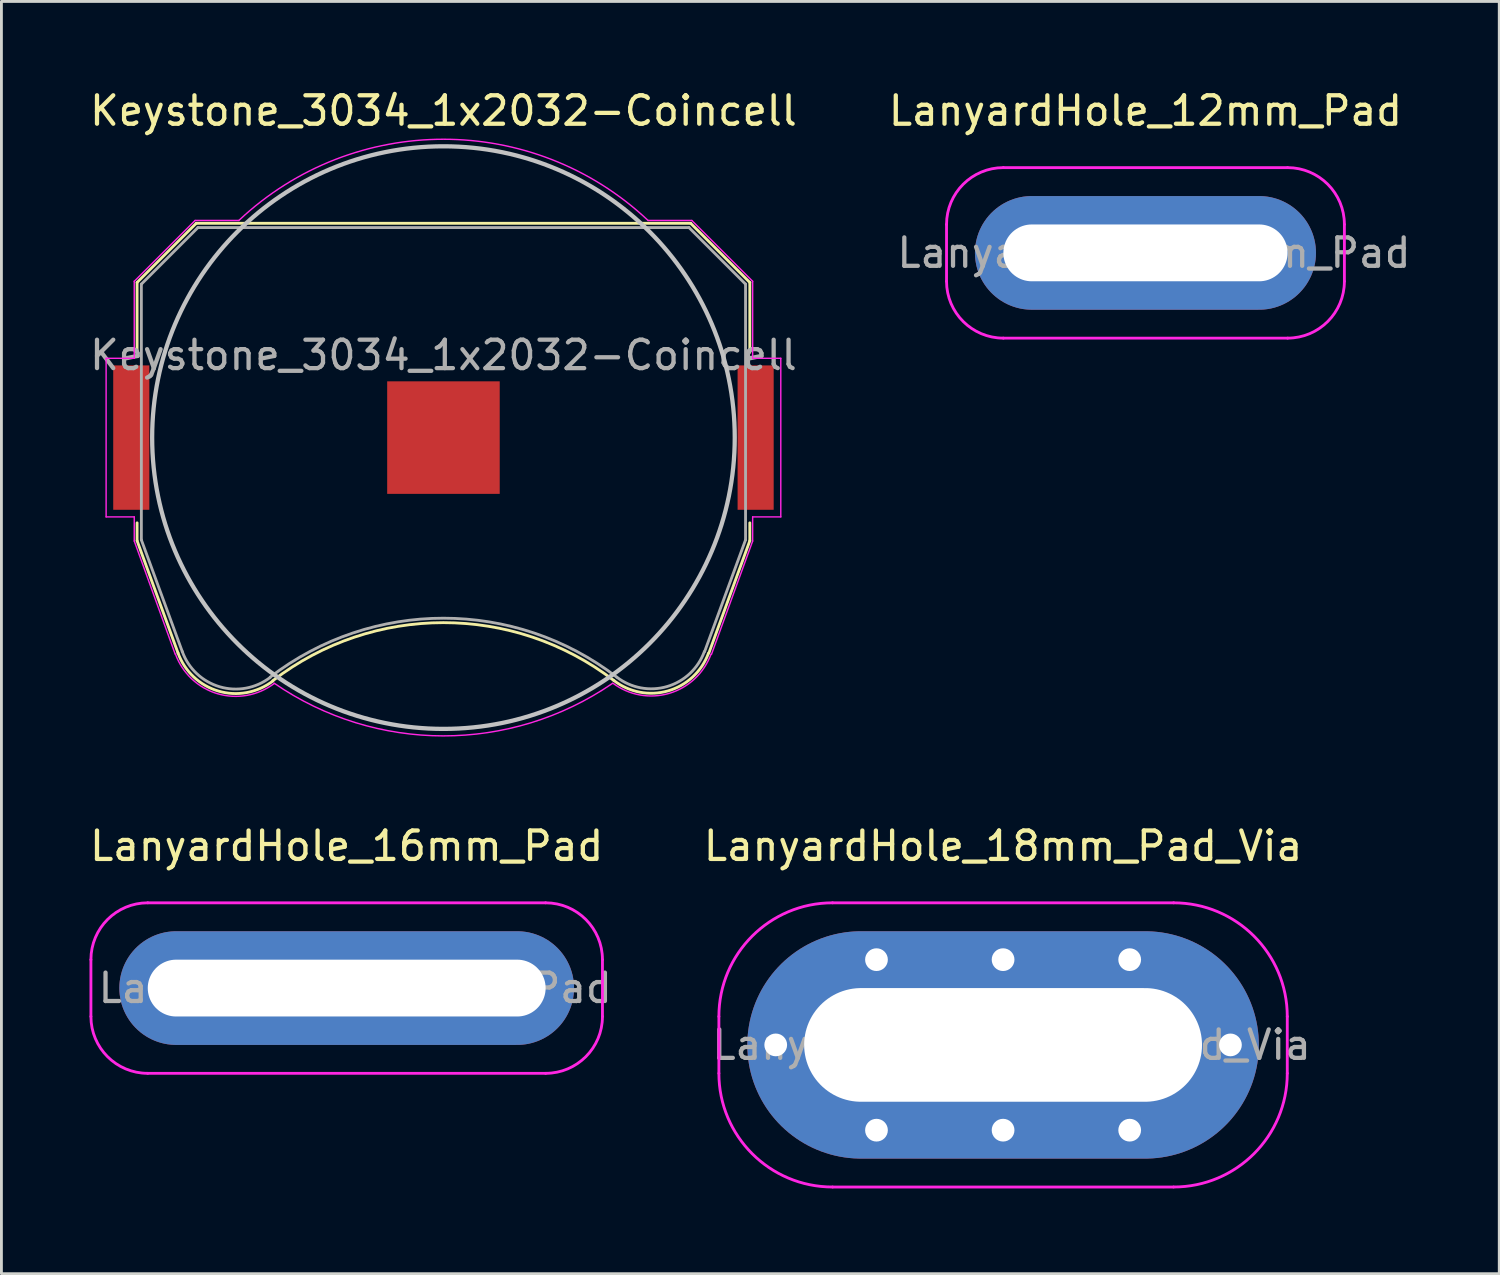
<source format=kicad_pcb>
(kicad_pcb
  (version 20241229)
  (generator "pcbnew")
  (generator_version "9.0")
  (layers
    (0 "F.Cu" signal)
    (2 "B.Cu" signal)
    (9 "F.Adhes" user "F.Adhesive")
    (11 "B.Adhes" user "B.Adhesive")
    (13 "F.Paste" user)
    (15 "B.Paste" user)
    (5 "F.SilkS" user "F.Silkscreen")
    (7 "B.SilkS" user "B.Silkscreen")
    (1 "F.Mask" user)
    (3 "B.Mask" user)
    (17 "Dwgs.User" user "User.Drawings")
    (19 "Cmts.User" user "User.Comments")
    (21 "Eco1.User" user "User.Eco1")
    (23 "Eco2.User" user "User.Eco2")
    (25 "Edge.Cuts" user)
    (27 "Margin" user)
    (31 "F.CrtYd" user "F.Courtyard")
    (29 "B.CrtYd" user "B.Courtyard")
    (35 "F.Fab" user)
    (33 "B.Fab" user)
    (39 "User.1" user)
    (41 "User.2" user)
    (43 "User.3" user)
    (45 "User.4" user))
  (footprint "LanyardHole_12mm_Pad"
    (layer "F.Cu")
    (at 37.256 5.848)
    (property "Reference" "LanyardHole_12mm_Pad" (at 0 -5 0) (layer "F.SilkS") (effects (font (size 1 1) (thickness 0.15))))
    (attr exclude_from_pos_files exclude_from_bom)
    (fp_line (start -7 -1) (end -7 1) (stroke (width 0.1) (type solid)) (layer "F.CrtYd"))
    (fp_line (start -5 3) (end 5 3) (stroke (width 0.1) (type solid)) (layer "F.CrtYd"))
    (fp_line (start 5 -3) (end -5 -3) (stroke (width 0.1) (type solid)) (layer "F.CrtYd"))
    (fp_line (start 7 1) (end 7 -1) (stroke (width 0.1) (type solid)) (layer "F.CrtYd"))
    (fp_arc (start -7 -1) (mid -6.414214 -2.414214) (end -5 -3) (stroke (width 0.1) (type solid)) (layer "F.CrtYd"))
    (fp_arc (start -5 3) (mid -6.414214 2.414214) (end -7 1) (stroke (width 0.1) (type solid)) (layer "F.CrtYd"))
    (fp_arc (start 5 -3) (mid 6.414214 -2.414214) (end 7 -1) (stroke (width 0.1) (type solid)) (layer "F.CrtYd"))
    (fp_arc (start 7 1) (mid 6.414214 2.414214) (end 5 3) (stroke (width 0.1) (type solid)) (layer "F.CrtYd"))
    (fp_text user "${REFERENCE}" (at 0.3 0 0) (layer "F.Fab") (effects (font (size 1 1) (thickness 0.15))))
    (pad "1" thru_hole oval (at 0 0) (size 12 4) (drill oval 10 2) (layers "*.Cu" "*.Mask")))
  (footprint "LanyardHole_18mm_Pad_Via"
    (layer "F.Cu")
    (at 32.246 33.718)
    (property "Reference" "LanyardHole_18mm_Pad_Via" (at 0 -7 0) (layer "F.SilkS") (effects (font (size 1 1) (thickness 0.15))))
    (attr exclude_from_pos_files exclude_from_bom)
    (fp_line (start -10 -1) (end -10 1) (stroke (width 0.1) (type solid)) (layer "F.CrtYd"))
    (fp_line (start -6 5) (end 6 5) (stroke (width 0.1) (type solid)) (layer "F.CrtYd"))
    (fp_line (start 6 -5) (end -6 -5) (stroke (width 0.1) (type solid)) (layer "F.CrtYd"))
    (fp_line (start 10 1) (end 10 -1) (stroke (width 0.1) (type solid)) (layer "F.CrtYd"))
    (fp_arc (start -10 -1) (mid -8.828427 -3.828427) (end -6 -5) (stroke (width 0.1) (type solid)) (layer "F.CrtYd"))
    (fp_arc (start -6 5) (mid -8.828427 3.828427) (end -10 1) (stroke (width 0.1) (type solid)) (layer "F.CrtYd"))
    (fp_arc (start 6 -5) (mid 8.828427 -3.828427) (end 10 -1) (stroke (width 0.1) (type solid)) (layer "F.CrtYd"))
    (fp_arc (start 10 1) (mid 8.828427 3.828427) (end 6 5) (stroke (width 0.1) (type solid)) (layer "F.CrtYd"))
    (fp_text user "${REFERENCE}" (at 0.3 0 0) (layer "F.Fab") (effects (font (size 1 1) (thickness 0.15))))
    (pad "1" thru_hole circle (at -8 0) (size 1.1 1.1) (drill 0.8) (layers "*.Cu" "*.Mask"))
    (pad "1" thru_hole circle (at -4.455 -3) (size 1.1 1.1) (drill 0.8) (layers "*.Cu" "*.Mask"))
    (pad "1" thru_hole circle (at -4.455 3) (size 1.1 1.1) (drill 0.8) (layers "*.Cu" "*.Mask"))
    (pad "1" thru_hole circle (at 0 -3) (size 1.1 1.1) (drill 0.8) (layers "*.Cu" "*.Mask"))
    (pad "1" thru_hole oval (at 0 0) (size 18 8) (drill oval 14 4) (layers "*.Cu" "*.Mask"))
    (pad "1" thru_hole circle (at 0 3) (size 1.1 1.1) (drill 0.8) (layers "*.Cu" "*.Mask"))
    (pad "1" thru_hole circle (at 4.455 -3) (size 1.1 1.1) (drill 0.8) (layers "*.Cu" "*.Mask"))
    (pad "1" thru_hole circle (at 4.455 3) (size 1.1 1.1) (drill 0.8) (layers "*.Cu" "*.Mask"))
    (pad "1" thru_hole circle (at 8 0) (size 1.1 1.1) (drill 0.8) (layers "*.Cu" "*.Mask")))
  (footprint "Keystone_3034_1x2032-Coincell"
    (layer "F.Cu")
    (at 12.554 12.348)
    (property "Reference" "Keystone_3034_1x2032-Coincell" (at 0 -11.5 0) (layer "F.SilkS") (effects (font (size 1 1) (thickness 0.15))))
    (attr smd)
    (fp_line (start -10.78 -5.46) (end -10.78 -3) (stroke (width 0.1) (type solid)) (layer "F.SilkS"))
    (fp_line (start -10.78 3) (end -10.78 3.63) (stroke (width 0.1) (type solid)) (layer "F.SilkS"))
    (fp_line (start -10.78 3.63) (end -9.34 7.58) (stroke (width 0.1) (type solid)) (layer "F.SilkS"))
    (fp_line (start -8.7 -7.54) (end -10.78 -5.46) (stroke (width 0.1) (type solid)) (layer "F.SilkS"))
    (fp_line (start 8.7 -7.54) (end -8.7 -7.54) (stroke (width 0.1) (type solid)) (layer "F.SilkS"))
    (fp_line (start 8.7 -7.54) (end 10.78 -5.46) (stroke (width 0.1) (type solid)) (layer "F.SilkS"))
    (fp_line (start 10.78 -5.46) (end 10.78 -3) (stroke (width 0.1) (type solid)) (layer "F.SilkS"))
    (fp_line (start 10.78 3) (end 10.78 3.63) (stroke (width 0.1) (type solid)) (layer "F.SilkS"))
    (fp_line (start 10.78 3.63) (end 9.34 7.58) (stroke (width 0.1) (type solid)) (layer "F.SilkS"))
    (fp_arc (start -6.0046 8.553536) (mid -0.002901 6.511341) (end 6 8.55) (stroke (width 0.1) (type solid)) (layer "F.SilkS"))
    (fp_arc (start -6.003354 8.56653) (mid -7.921654 8.918738) (end -9.34 7.58) (stroke (width 0.1) (type solid)) (layer "F.SilkS"))
    (fp_arc (start 9.325243 7.588169) (mid 7.90634 8.911668) (end 6 8.55) (stroke (width 0.1) (type solid)) (layer "F.SilkS"))
    (fp_circle (center 0 0) (end 0 10.25) (stroke (width 0.15) (type solid)) (fill no) (layer "Dwgs.User"))
    (fp_line (start -11.87 -2.79) (end -11.87 2.79) (stroke (width 0.05) (type solid)) (layer "F.CrtYd"))
    (fp_line (start -11.87 2.79) (end -10.88 2.79) (stroke (width 0.05) (type solid)) (layer "F.CrtYd"))
    (fp_line (start -10.88 -5.5) (end -10.88 -2.79) (stroke (width 0.05) (type solid)) (layer "F.CrtYd"))
    (fp_line (start -10.88 -2.79) (end -11.87 -2.79) (stroke (width 0.05) (type solid)) (layer "F.CrtYd"))
    (fp_line (start -10.88 2.79) (end -10.88 3.64) (stroke (width 0.05) (type solid)) (layer "F.CrtYd"))
    (fp_line (start -10.88 3.64) (end -9.44 7.62) (stroke (width 0.05) (type solid)) (layer "F.CrtYd"))
    (fp_line (start -8.74 -7.64) (end -10.88 -5.5) (stroke (width 0.05) (type solid)) (layer "F.CrtYd"))
    (fp_line (start -7.2 -7.64) (end -8.74 -7.64) (stroke (width 0.05) (type solid)) (layer "F.CrtYd"))
    (fp_line (start 8.74 -7.64) (end 7.2 -7.64) (stroke (width 0.05) (type solid)) (layer "F.CrtYd"))
    (fp_line (start 9.43 7.63) (end 10.88 3.64) (stroke (width 0.05) (type solid)) (layer "F.CrtYd"))
    (fp_line (start 10.88 -5.5) (end 8.74 -7.64) (stroke (width 0.05) (type solid)) (layer "F.CrtYd"))
    (fp_line (start 10.88 -2.79) (end 10.88 -5.5) (stroke (width 0.05) (type solid)) (layer "F.CrtYd"))
    (fp_line (start 10.88 2.79) (end 11.87 2.79) (stroke (width 0.05) (type solid)) (layer "F.CrtYd"))
    (fp_line (start 10.88 3.64) (end 10.88 2.79) (stroke (width 0.05) (type solid)) (layer "F.CrtYd"))
    (fp_line (start 11.87 -2.79) (end 10.88 -2.79) (stroke (width 0.05) (type solid)) (layer "F.CrtYd"))
    (fp_line (start 11.87 2.79) (end 11.87 -2.79) (stroke (width 0.05) (type solid)) (layer "F.CrtYd"))
    (fp_arc (start -7.199546 -7.640427) (mid 0.000312 -10.498075) (end 7.2 -7.64) (stroke (width 0.05) (type solid)) (layer "F.CrtYd"))
    (fp_arc (start -5.956965 8.654604) (mid -7.953941 9.011629) (end -9.43 7.62) (stroke (width 0.05) (type solid)) (layer "F.CrtYd"))
    (fp_arc (start 5.945368 8.650075) (mid -0.008883 10.496243) (end -5.96 8.64) (stroke (width 0.05) (type solid)) (layer "F.CrtYd"))
    (fp_arc (start 9.415144 7.621341) (mid 7.944017 9.000493) (end 5.96 8.64) (stroke (width 0.05) (type solid)) (layer "F.CrtYd"))
    (fp_line (start -10.63 -5.4) (end -8.64 -7.39) (stroke (width 0.1) (type solid)) (layer "F.Fab"))
    (fp_line (start -10.63 3.6) (end -10.63 -5.4) (stroke (width 0.1) (type solid)) (layer "F.Fab"))
    (fp_line (start -9.19 7.53) (end -10.63 3.6) (stroke (width 0.1) (type solid)) (layer "F.Fab"))
    (fp_line (start -8.64 -7.39) (end 8.64 -7.39) (stroke (width 0.1) (type solid)) (layer "F.Fab"))
    (fp_line (start 8.64 -7.39) (end 10.63 -5.4) (stroke (width 0.1) (type solid)) (layer "F.Fab"))
    (fp_line (start 10.63 -5.4) (end 10.63 3.6) (stroke (width 0.1) (type solid)) (layer "F.Fab"))
    (fp_line (start 10.63 3.6) (end 9.19 7.53) (stroke (width 0.1) (type solid)) (layer "F.Fab"))
    (fp_arc (start -6.096146 8.438508) (mid -7.87328 8.768206) (end -9.19 7.53) (stroke (width 0.1) (type solid)) (layer "F.Fab"))
    (fp_arc (start -6.094852 8.426043) (mid 0.003247 6.355257) (end 6.1 8.43) (stroke (width 0.1) (type solid)) (layer "F.Fab"))
    (fp_arc (start 9.180727 7.528882) (mid 7.868698 8.760067) (end 6.1 8.43) (stroke (width 0.1) (type solid)) (layer "F.Fab"))
    (fp_text user "${REFERENCE}" (at 0 -2.9 0) (layer "F.Fab") (effects (font (size 1 1) (thickness 0.15))))
    (pad "1" smd rect (at -10.985 0) (size 1.27 5.08) (layers "F.Cu" "F.Mask" "F.Paste"))
    (pad "1" smd rect (at 10.985 0) (size 1.27 5.08) (layers "F.Cu" "F.Mask" "F.Paste"))
    (pad "2" smd rect (at 0 0) (size 3.96 3.96) (layers "F.Cu" "F.Mask" "F.Paste")))
  (footprint "LanyardHole_16mm_Pad"
    (layer "F.Cu")
    (at 9.149 31.718)
    (property "Reference" "LanyardHole_16mm_Pad" (at 0 -5 0) (layer "F.SilkS") (effects (font (size 1 1) (thickness 0.15))))
    (attr exclude_from_pos_files exclude_from_bom)
    (fp_line (start -9 -1) (end -9 1) (stroke (width 0.1) (type solid)) (layer "F.CrtYd"))
    (fp_line (start -7 3) (end 7 3) (stroke (width 0.1) (type solid)) (layer "F.CrtYd"))
    (fp_line (start 7 -3) (end -7 -3) (stroke (width 0.1) (type solid)) (layer "F.CrtYd"))
    (fp_line (start 9 1) (end 9 -1) (stroke (width 0.1) (type solid)) (layer "F.CrtYd"))
    (fp_arc (start -9 -1) (mid -8.414214 -2.414214) (end -7 -3) (stroke (width 0.1) (type solid)) (layer "F.CrtYd"))
    (fp_arc (start -7 3) (mid -8.414214 2.414214) (end -9 1) (stroke (width 0.1) (type solid)) (layer "F.CrtYd"))
    (fp_arc (start 7 -3) (mid 8.414214 -2.414214) (end 9 -1) (stroke (width 0.1) (type solid)) (layer "F.CrtYd"))
    (fp_arc (start 9 1) (mid 8.414214 2.414214) (end 7 3) (stroke (width 0.1) (type solid)) (layer "F.CrtYd"))
    (fp_text user "${REFERENCE}" (at 0.3 0 0) (layer "F.Fab") (effects (font (size 1 1) (thickness 0.15))))
    (pad "1" thru_hole oval (at 0 0) (size 16 4) (drill oval 14 2) (layers "*.Cu" "*.Mask")))
  (gr_rect
    (start -3 -3)
    (end 49.705 41.768)
    (stroke (width 0.1) (type default))
    (fill no)
    (layer "Edge.Cuts")))
</source>
